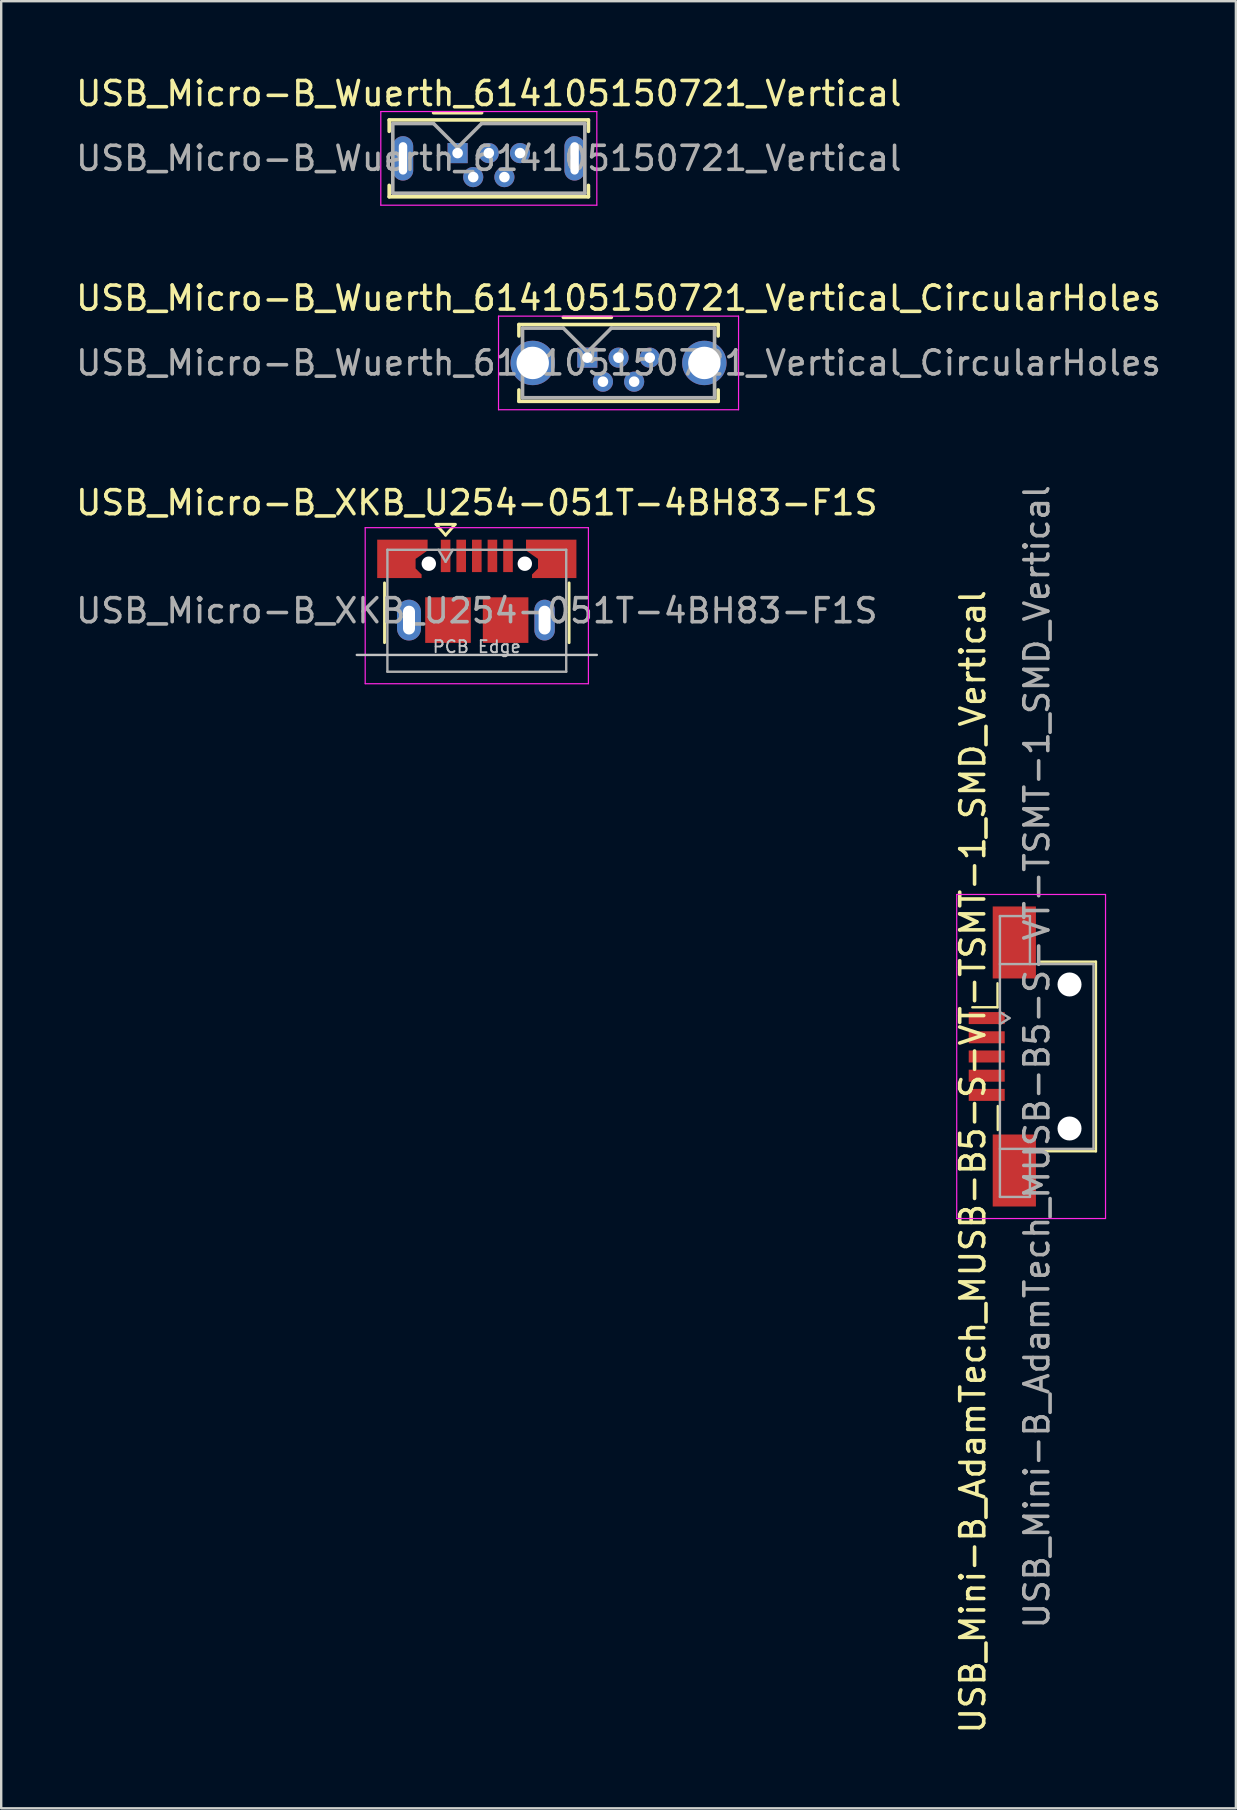
<source format=kicad_pcb>
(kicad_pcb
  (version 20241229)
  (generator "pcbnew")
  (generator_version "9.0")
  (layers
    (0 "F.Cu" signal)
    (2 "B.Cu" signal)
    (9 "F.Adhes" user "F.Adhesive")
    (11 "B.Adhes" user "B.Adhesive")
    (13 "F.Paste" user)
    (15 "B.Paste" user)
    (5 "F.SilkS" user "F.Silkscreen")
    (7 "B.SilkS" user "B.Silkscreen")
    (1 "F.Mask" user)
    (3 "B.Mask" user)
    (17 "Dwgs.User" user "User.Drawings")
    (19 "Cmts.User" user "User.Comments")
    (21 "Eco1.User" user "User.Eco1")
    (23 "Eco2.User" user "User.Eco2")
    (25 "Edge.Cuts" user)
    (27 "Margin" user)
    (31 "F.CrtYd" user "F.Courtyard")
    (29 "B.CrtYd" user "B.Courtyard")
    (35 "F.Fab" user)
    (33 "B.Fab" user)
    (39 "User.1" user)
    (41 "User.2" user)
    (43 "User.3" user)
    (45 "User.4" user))
  (footprint "USB_Micro-B_Wuerth_614105150721_Vertical_CircularHoles"
    (layer "F.Cu")
    (at 21.42 11.851)
    (property "Reference" "USB_Micro-B_Wuerth_614105150721_Vertical_CircularHoles" (at 1.3 -2.48 0) (layer "F.SilkS") (effects (font (size 1 1) (thickness 0.15))))
    (attr through_hole)
    (fp_line (start -2.85 -1.38) (end 5.45 -1.38) (stroke (width 0.15) (type solid)) (layer "F.SilkS"))
    (fp_line (start -2.85 -0.905) (end -2.85 -1.38) (stroke (width 0.15) (type solid)) (layer "F.SilkS"))
    (fp_line (start -2.85 1.345) (end -2.85 1.82) (stroke (width 0.15) (type solid)) (layer "F.SilkS"))
    (fp_line (start -2.85 1.82) (end 5.45 1.82) (stroke (width 0.15) (type solid)) (layer "F.SilkS"))
    (fp_line (start -1 -1.68) (end 1 -1.68) (stroke (width 0.15) (type solid)) (layer "F.SilkS"))
    (fp_line (start 5.45 -1.38) (end 5.45 -0.905) (stroke (width 0.15) (type solid)) (layer "F.SilkS"))
    (fp_line (start 5.45 1.82) (end 5.45 1.345) (stroke (width 0.15) (type solid)) (layer "F.SilkS"))
    (fp_line (start -3.7 -1.73) (end -3.7 2.17) (stroke (width 0.05) (type solid)) (layer "F.CrtYd"))
    (fp_line (start -3.7 2.17) (end 6.3 2.17) (stroke (width 0.05) (type solid)) (layer "F.CrtYd"))
    (fp_line (start 6.3 -1.73) (end -3.7 -1.73) (stroke (width 0.05) (type solid)) (layer "F.CrtYd"))
    (fp_line (start 6.3 2.17) (end 6.3 -1.73) (stroke (width 0.05) (type solid)) (layer "F.CrtYd"))
    (fp_line (start -2.7 -1.23) (end -1 -1.23) (stroke (width 0.15) (type solid)) (layer "F.Fab"))
    (fp_line (start -2.7 1.67) (end -2.7 -1.23) (stroke (width 0.15) (type solid)) (layer "F.Fab"))
    (fp_line (start -1 -1.23) (end 0 -0.23) (stroke (width 0.15) (type solid)) (layer "F.Fab"))
    (fp_line (start 0 -0.23) (end 1 -1.23) (stroke (width 0.15) (type solid)) (layer "F.Fab"))
    (fp_line (start 1 -1.23) (end 5.3 -1.23) (stroke (width 0.15) (type solid)) (layer "F.Fab"))
    (fp_line (start 5.3 -1.23) (end 5.3 1.67) (stroke (width 0.15) (type solid)) (layer "F.Fab"))
    (fp_line (start 5.3 1.67) (end -2.7 1.67) (stroke (width 0.15) (type solid)) (layer "F.Fab"))
    (fp_text user "${REFERENCE}" (at 1.3 0.22 0) (layer "F.Fab") (effects (font (size 1 1) (thickness 0.15))))
    (pad "1" thru_hole rect (at 0 0) (size 0.84 0.84) (drill 0.44) (layers "*.Cu" "*.Mask"))
    (pad "2" thru_hole circle (at 0.65 1) (size 0.84 0.84) (drill 0.44) (layers "*.Cu" "*.Mask"))
    (pad "3" thru_hole circle (at 1.3 0) (size 0.84 0.84) (drill 0.44) (layers "*.Cu" "*.Mask"))
    (pad "4" thru_hole circle (at 1.95 1) (size 0.84 0.84) (drill 0.44) (layers "*.Cu" "*.Mask"))
    (pad "5" thru_hole circle (at 2.6 0) (size 0.84 0.84) (drill 0.44) (layers "*.Cu" "*.Mask"))
    (pad "6" thru_hole circle (at -2.275 0.22) (size 1.85 1.85) (drill 1.35) (layers "*.Cu" "*.Mask"))
    (pad "6" thru_hole circle (at 4.875 0.22) (size 1.85 1.85) (drill 1.35) (layers "*.Cu" "*.Mask")))
  (footprint "USB_Micro-B_XKB_U254-051T-4BH83-F1S"
    (layer "F.Cu")
    (at 16.815 22.395)
    (property "Reference" "USB_Micro-B_XKB_U254-051T-4BH83-F1S" (at 0 -4.5 0) (layer "F.SilkS") (effects (font (size 1 1) (thickness 0.15))))
    (attr smd)
    (fp_line (start -3.845 -1.16) (end -3.845 1.33) (stroke (width 0.12) (type solid)) (layer "F.SilkS"))
    (fp_line (start -1.7 -3.6) (end -0.9 -3.6) (stroke (width 0.12) (type solid)) (layer "F.SilkS"))
    (fp_line (start -1.3 -3.15) (end -1.7 -3.6) (stroke (width 0.12) (type solid)) (layer "F.SilkS"))
    (fp_line (start -0.9 -3.6) (end -1.3 -3.15) (stroke (width 0.12) (type solid)) (layer "F.SilkS"))
    (fp_line (start 3.845 -1.16) (end 3.845 1.33) (stroke (width 0.12) (type solid)) (layer "F.SilkS"))
    (fp_line (start -5 1.84) (end 5 1.84) (stroke (width 0.1) (type solid)) (layer "Dwgs.User"))
    (fp_line (start -4.65 -3.46) (end 4.65 -3.46) (stroke (width 0.05) (type solid)) (layer "F.CrtYd"))
    (fp_line (start -4.65 3.04) (end -4.65 -3.46) (stroke (width 0.05) (type solid)) (layer "F.CrtYd"))
    (fp_line (start -4.65 3.04) (end 4.65 3.04) (stroke (width 0.05) (type solid)) (layer "F.CrtYd"))
    (fp_line (start 4.65 3.04) (end 4.65 -3.46) (stroke (width 0.05) (type solid)) (layer "F.CrtYd"))
    (fp_line (start -3.725 -2.54) (end 3.725 -2.54) (stroke (width 0.1) (type solid)) (layer "F.Fab"))
    (fp_line (start -3.725 2.54) (end -3.725 -2.54) (stroke (width 0.1) (type solid)) (layer "F.Fab"))
    (fp_line (start -3.725 2.54) (end 3.725 2.54) (stroke (width 0.1) (type solid)) (layer "F.Fab"))
    (fp_line (start -1.6 -2.54) (end -1.3 -2.04) (stroke (width 0.1) (type solid)) (layer "F.Fab"))
    (fp_line (start -1.3 -2.04) (end -1 -2.54) (stroke (width 0.1) (type solid)) (layer "F.Fab"))
    (fp_line (start 3.725 2.54) (end 3.725 -2.54) (stroke (width 0.1) (type solid)) (layer "F.Fab"))
    (fp_text user "PCB Edge" (at 0 1.5 0) (layer "Dwgs.User") (effects (font (size 0.5 0.5) (thickness 0.08))))
    (fp_text user "${REFERENCE}" (at 0 0 0) (unlocked yes) (layer "F.Fab") (effects (font (size 1 1) (thickness 0.15))))
    (pad "" np_thru_hole circle (at -2 -1.96) (size 0.6 0.6) (drill 0.6) (layers "*.Cu" "*.Mask"))
    (pad "" np_thru_hole circle (at 2 -1.96) (size 0.6 0.6) (drill 0.6) (layers "*.Cu" "*.Mask"))
    (pad "1" smd rect (at -1.3 -2.285) (size 0.4 1.35) (layers "F.Cu" "F.Mask" "F.Paste"))
    (pad "2" smd rect (at -0.65 -2.285) (size 0.4 1.35) (layers "F.Cu" "F.Mask" "F.Paste"))
    (pad "3" smd rect (at 0 -2.285) (size 0.4 1.35) (layers "F.Cu" "F.Mask" "F.Paste"))
    (pad "4" smd rect (at 0.65 -2.285) (size 0.4 1.35) (layers "F.Cu" "F.Mask" "F.Paste"))
    (pad "5" smd rect (at 1.3 -2.285) (size 0.4 1.35) (layers "F.Cu" "F.Mask" "F.Paste"))
    (pad "6" smd custom (at -3.1 -2.16) (size 1 1.1) (layers "F.Cu" "F.Mask" "F.Paste") (options (anchor rect)) (primitives (gr_poly (pts (xy 0.8 0.8) (xy -1.05 0.8) (xy -1.05 -0.8) (xy 1.05 -0.8) (xy 1.05 -0.35) (xy 0.55 0) (xy 0.55 0.4) (xy 0.8 0.65)) (width 0) (fill yes))))
    (pad "6" thru_hole oval (at -2.825 0.39) (size 1 1.7) (drill oval 0.5 1.2) (layers "*.Cu" "*.Mask"))
    (pad "6" smd rect (at -1.2 0.39) (size 1.9 1.9) (layers "F.Cu" "F.Mask" "F.Paste"))
    (pad "6" smd rect (at 1.2 0.39) (size 1.9 1.9) (layers "F.Cu" "F.Mask" "F.Paste"))
    (pad "6" thru_hole oval (at 2.825 0.39) (size 0.85 1.7) (drill oval 0.5 1.2) (layers "*.Cu" "*.Mask"))
    (pad "6" smd custom (at 3.1 -2.16) (size 1 1.1) (layers "F.Cu" "F.Mask" "F.Paste") (options (anchor rect)) (primitives (gr_poly (pts (xy -0.8 0.8) (xy 1.05 0.8) (xy 1.05 -0.8) (xy -1.05 -0.8) (xy -1.05 -0.35) (xy -0.55 0) (xy -0.55 0.4) (xy -0.8 0.65)) (width 0) (fill yes)))))
  (footprint "USB_Micro-B_Wuerth_614105150721_Vertical"
    (layer "F.Cu")
    (at 16.015 3.328)
    (property "Reference" "USB_Micro-B_Wuerth_614105150721_Vertical" (at 1.3 -2.48 0) (layer "F.SilkS") (effects (font (size 1 1) (thickness 0.15))))
    (attr through_hole)
    (fp_line (start -2.85 -1.38) (end 5.45 -1.38) (stroke (width 0.15) (type solid)) (layer "F.SilkS"))
    (fp_line (start -2.85 -0.905) (end -2.85 -1.38) (stroke (width 0.15) (type solid)) (layer "F.SilkS"))
    (fp_line (start -2.85 1.345) (end -2.85 1.82) (stroke (width 0.15) (type solid)) (layer "F.SilkS"))
    (fp_line (start -2.85 1.82) (end 5.45 1.82) (stroke (width 0.15) (type solid)) (layer "F.SilkS"))
    (fp_line (start -1 -1.68) (end 1 -1.68) (stroke (width 0.15) (type solid)) (layer "F.SilkS"))
    (fp_line (start 5.45 -1.38) (end 5.45 -0.905) (stroke (width 0.15) (type solid)) (layer "F.SilkS"))
    (fp_line (start 5.45 1.82) (end 5.45 1.345) (stroke (width 0.15) (type solid)) (layer "F.SilkS"))
    (fp_line (start -3.2 -1.73) (end -3.2 2.17) (stroke (width 0.05) (type solid)) (layer "F.CrtYd"))
    (fp_line (start -3.2 2.17) (end 5.8 2.17) (stroke (width 0.05) (type solid)) (layer "F.CrtYd"))
    (fp_line (start 5.8 -1.73) (end -3.2 -1.73) (stroke (width 0.05) (type solid)) (layer "F.CrtYd"))
    (fp_line (start 5.8 2.17) (end 5.8 -1.73) (stroke (width 0.05) (type solid)) (layer "F.CrtYd"))
    (fp_line (start -2.7 -1.23) (end -1 -1.23) (stroke (width 0.15) (type solid)) (layer "F.Fab"))
    (fp_line (start -2.7 1.67) (end -2.7 -1.23) (stroke (width 0.15) (type solid)) (layer "F.Fab"))
    (fp_line (start -1 -1.23) (end 0 -0.23) (stroke (width 0.15) (type solid)) (layer "F.Fab"))
    (fp_line (start 0 -0.23) (end 1 -1.23) (stroke (width 0.15) (type solid)) (layer "F.Fab"))
    (fp_line (start 1 -1.23) (end 5.3 -1.23) (stroke (width 0.15) (type solid)) (layer "F.Fab"))
    (fp_line (start 5.3 -1.23) (end 5.3 1.67) (stroke (width 0.15) (type solid)) (layer "F.Fab"))
    (fp_line (start 5.3 1.67) (end -2.7 1.67) (stroke (width 0.15) (type solid)) (layer "F.Fab"))
    (fp_text user "${REFERENCE}" (at 1.3 0.22 0) (layer "F.Fab") (effects (font (size 1 1) (thickness 0.15))))
    (pad "1" thru_hole rect (at 0 0) (size 0.84 0.84) (drill 0.44) (layers "*.Cu" "*.Mask"))
    (pad "2" thru_hole circle (at 0.65 1) (size 0.84 0.84) (drill 0.44) (layers "*.Cu" "*.Mask"))
    (pad "3" thru_hole circle (at 1.3 0) (size 0.84 0.84) (drill 0.44) (layers "*.Cu" "*.Mask"))
    (pad "4" thru_hole circle (at 1.95 1) (size 0.84 0.84) (drill 0.44) (layers "*.Cu" "*.Mask"))
    (pad "5" thru_hole circle (at 2.6 0) (size 0.84 0.84) (drill 0.44) (layers "*.Cu" "*.Mask"))
    (pad "6" thru_hole oval (at -2.275 0.22) (size 0.85 1.85) (drill oval 0.35 1.35) (layers "*.Cu" "*.Mask"))
    (pad "6" thru_hole oval (at 4.875 0.22) (size 0.85 1.85) (drill oval 0.35 1.35) (layers "*.Cu" "*.Mask")))
  (footprint "USB_Mini-B_AdamTech_MUSB-B5-S-VT-TSMT-1_SMD_Vertical"
    (layer "F.Cu")
    (at 39.659 40.966)
    (property "Reference" "USB_Mini-B_AdamTech_MUSB-B5-S-VT-TSMT-1_SMD_Vertical" (at -2.18 4.39 90) (layer "F.SilkS") (effects (font (size 1 1) (thickness 0.15))))
    (attr smd)
    (fp_line (start -2.2 -2.05) (end -1.15 -2.05) (stroke (width 0.1) (type solid)) (layer "F.SilkS"))
    (fp_line (start -1.15 -2.05) (end -1.15 -3.05) (stroke (width 0.1) (type solid)) (layer "F.SilkS"))
    (fp_line (start -1.139 2.064) (end -1.139 3.064) (stroke (width 0.1) (type solid)) (layer "F.SilkS"))
    (fp_line (start 0.65 3.95) (end 2.95 3.95) (stroke (width 0.1) (type solid)) (layer "F.SilkS"))
    (fp_line (start 2.95 -3.95) (end 0.65 -3.95) (stroke (width 0.1) (type solid)) (layer "F.SilkS"))
    (fp_line (start 2.95 3.95) (end 2.95 -3.95) (stroke (width 0.1) (type solid)) (layer "F.SilkS"))
    (fp_line (start -2.85 -6.75) (end 3.35 -6.75) (stroke (width 0.05) (type solid)) (layer "F.CrtYd"))
    (fp_line (start -2.85 6.75) (end -2.85 -6.75) (stroke (width 0.05) (type solid)) (layer "F.CrtYd"))
    (fp_line (start 3.35 -6.75) (end 3.35 6.75) (stroke (width 0.05) (type solid)) (layer "F.CrtYd"))
    (fp_line (start 3.35 6.75) (end -2.85 6.75) (stroke (width 0.05) (type solid)) (layer "F.CrtYd"))
    (fp_line (start -1.05 -5.85) (end -1.05 5.85) (stroke (width 0.1) (type solid)) (layer "F.Fab"))
    (fp_line (start -1.05 -5.85) (end 0.2 -5.85) (stroke (width 0.1) (type solid)) (layer "F.Fab"))
    (fp_line (start -1.05 -1.85) (end -0.65 -1.6) (stroke (width 0.1) (type solid)) (layer "F.Fab"))
    (fp_line (start -1.05 3.85) (end 2.85 3.85) (stroke (width 0.1) (type solid)) (layer "F.Fab"))
    (fp_line (start -1.05 5.85) (end 0.2 5.85) (stroke (width 0.1) (type solid)) (layer "F.Fab"))
    (fp_line (start -0.65 -1.6) (end -1.05 -1.35) (stroke (width 0.1) (type solid)) (layer "F.Fab"))
    (fp_line (start 0.2 -5.85) (end 0.2 -3.85) (stroke (width 0.1) (type solid)) (layer "F.Fab"))
    (fp_line (start 0.2 5.85) (end 0.2 3.85) (stroke (width 0.1) (type solid)) (layer "F.Fab"))
    (fp_line (start 2.85 -3.85) (end -1.05 -3.85) (stroke (width 0.1) (type solid)) (layer "F.Fab"))
    (fp_line (start 2.85 3.85) (end 2.85 -3.85) (stroke (width 0.1) (type solid)) (layer "F.Fab"))
    (fp_text user "${REFERENCE}" (at 0.49 0.015 90) (layer "F.Fab") (effects (font (size 1 1) (thickness 0.15))))
    (pad "" np_thru_hole circle (at 1.85 -3 90) (size 1 1) (drill 1) (layers "*.Cu" "*.Mask"))
    (pad "" np_thru_hole circle (at 1.85 3 90) (size 1 1) (drill 1) (layers "*.Cu" "*.Mask"))
    (pad "1" smd rect (at -1.6 -1.6 90) (size 0.5 1.5) (layers "F.Cu" "F.Mask" "F.Paste"))
    (pad "2" smd rect (at -1.6 -0.8 90) (size 0.5 1.5) (layers "F.Cu" "F.Mask" "F.Paste"))
    (pad "3" smd rect (at -1.6 0 90) (size 0.5 1.5) (layers "F.Cu" "F.Mask" "F.Paste"))
    (pad "4" smd rect (at -1.6 0.8 90) (size 0.5 1.5) (layers "F.Cu" "F.Mask" "F.Paste"))
    (pad "5" smd rect (at -1.6 1.6 90) (size 0.5 1.5) (layers "F.Cu" "F.Mask" "F.Paste"))
    (pad "6" smd rect (at -0.45 -4.75 90) (size 3 1.8) (layers "F.Cu" "F.Mask" "F.Paste"))
    (pad "6" smd rect (at -0.45 4.75 90) (size 3 1.8) (layers "F.Cu" "F.Mask" "F.Paste")))
  (gr_rect
    (start -3 -3)
    (end 48.44 72.291)
    (stroke (width 0.1) (type default))
    (fill no)
    (layer "Edge.Cuts")))
</source>
